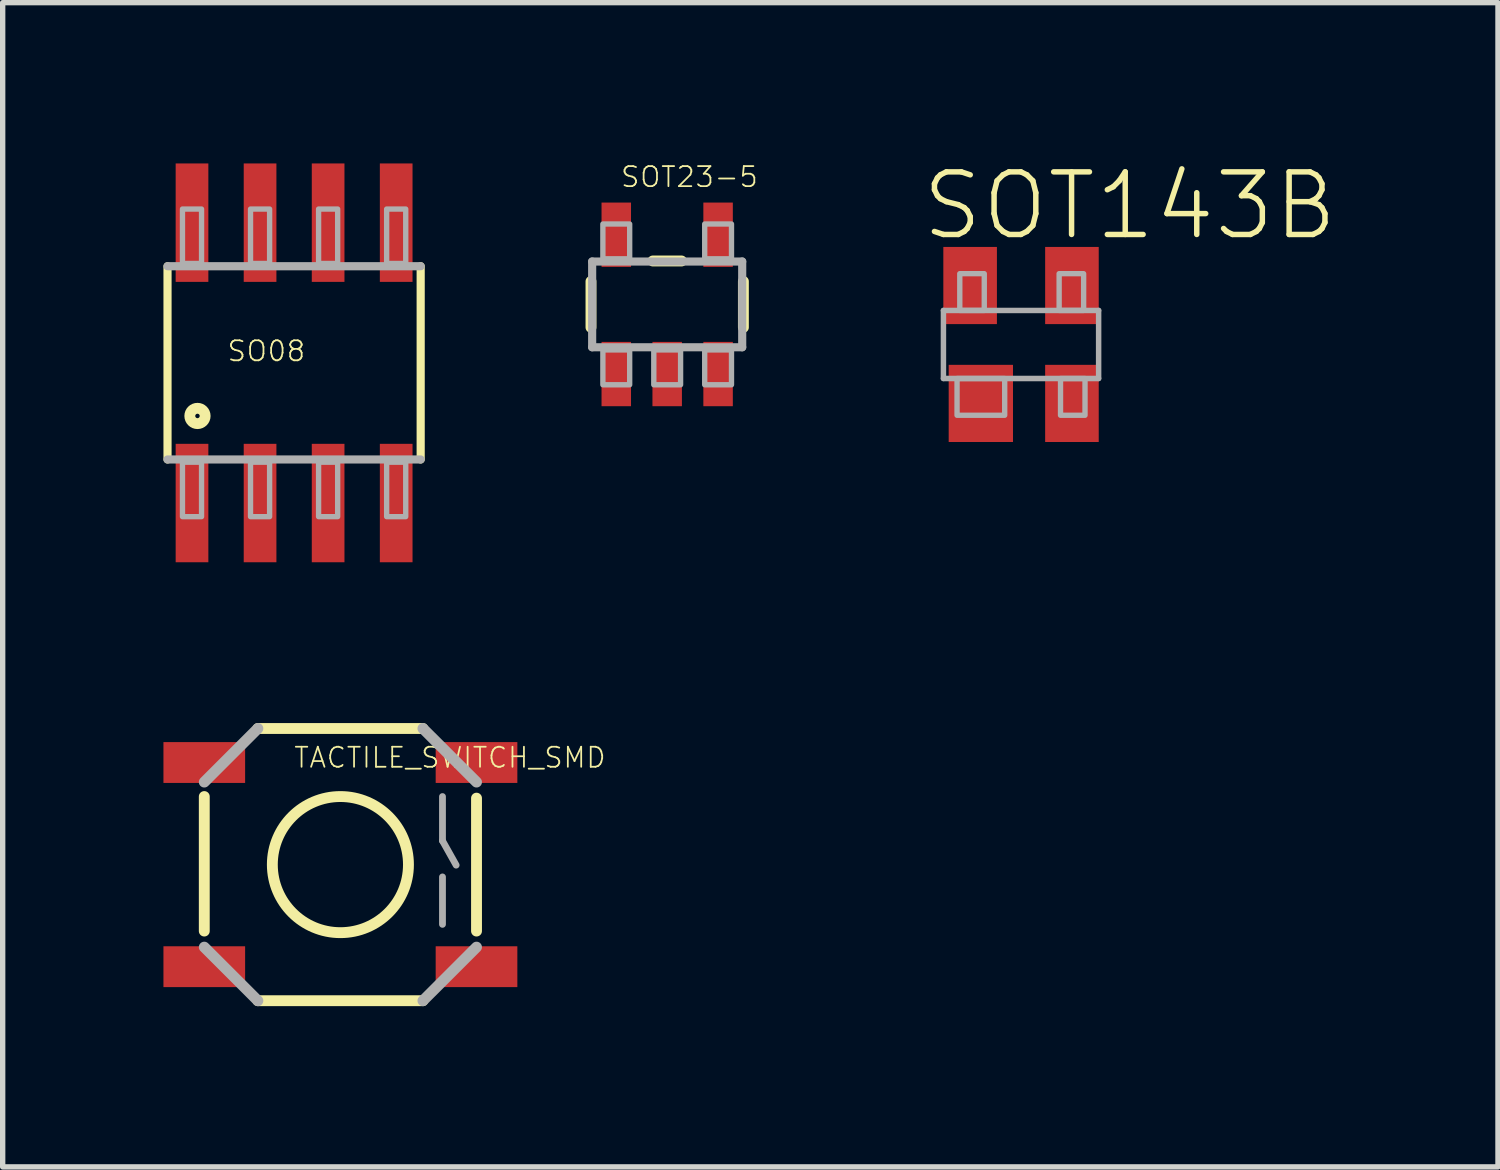
<source format=kicad_pcb>
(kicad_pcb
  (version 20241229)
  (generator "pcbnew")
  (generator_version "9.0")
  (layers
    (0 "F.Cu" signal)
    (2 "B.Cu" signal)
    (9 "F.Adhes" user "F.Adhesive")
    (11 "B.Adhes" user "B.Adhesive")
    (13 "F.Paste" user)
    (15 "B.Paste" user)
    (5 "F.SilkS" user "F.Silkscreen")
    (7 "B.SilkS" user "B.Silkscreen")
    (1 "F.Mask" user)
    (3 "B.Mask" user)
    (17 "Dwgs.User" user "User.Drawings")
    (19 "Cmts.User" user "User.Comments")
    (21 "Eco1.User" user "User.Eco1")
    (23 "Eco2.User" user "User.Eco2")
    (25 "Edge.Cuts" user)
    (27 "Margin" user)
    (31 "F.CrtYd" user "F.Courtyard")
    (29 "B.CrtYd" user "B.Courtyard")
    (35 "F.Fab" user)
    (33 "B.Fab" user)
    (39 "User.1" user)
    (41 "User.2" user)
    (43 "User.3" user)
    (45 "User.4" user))
  (footprint "SO08"
    (layer "F.Cu")
    (at 2.438 3.721)
    (property "Reference" "SO08" (at -1.27 0 0) (layer "F.SilkS") (effects (font (size 0.374 0.374) (thickness 0.033)) (justify left bottom)))
    (fp_line (start -2.362 -1.803) (end -2.362 1.803) (stroke (width 0.152) (type solid)) (layer "F.SilkS"))
    (fp_line (start 2.362 1.803) (end 2.362 -1.803) (stroke (width 0.152) (type solid)) (layer "F.SilkS"))
    (fp_circle (center -1.803 0.991) (end -1.66 0.991) (stroke (width 0.203) (type solid)) (fill no) (layer "F.SilkS"))
    (fp_line (start -2.362 1.803) (end 2.362 1.803) (stroke (width 0.152) (type solid)) (layer "F.Fab"))
    (fp_line (start 2.362 -1.803) (end -2.362 -1.803) (stroke (width 0.152) (type solid)) (layer "F.Fab"))
    (fp_poly (pts (xy -2.083 -1.854) (xy -1.727 -1.854) (xy -1.727 -2.87) (xy -2.083 -2.87)) (stroke (width 0.1) (type default)) (fill no) (layer "F.Fab"))
    (fp_poly (pts (xy -2.083 2.87) (xy -1.727 2.87) (xy -1.727 1.854) (xy -2.083 1.854)) (stroke (width 0.1) (type default)) (fill no) (layer "F.Fab"))
    (fp_poly (pts (xy -0.813 -1.854) (xy -0.457 -1.854) (xy -0.457 -2.87) (xy -0.813 -2.87)) (stroke (width 0.1) (type default)) (fill no) (layer "F.Fab"))
    (fp_poly (pts (xy -0.813 2.87) (xy -0.457 2.87) (xy -0.457 1.854) (xy -0.813 1.854)) (stroke (width 0.1) (type default)) (fill no) (layer "F.Fab"))
    (fp_poly (pts (xy 0.457 -1.854) (xy 0.813 -1.854) (xy 0.813 -2.87) (xy 0.457 -2.87)) (stroke (width 0.1) (type default)) (fill no) (layer "F.Fab"))
    (fp_poly (pts (xy 0.457 2.87) (xy 0.813 2.87) (xy 0.813 1.854) (xy 0.457 1.854)) (stroke (width 0.1) (type default)) (fill no) (layer "F.Fab"))
    (fp_poly (pts (xy 1.727 -1.854) (xy 2.083 -1.854) (xy 2.083 -2.87) (xy 1.727 -2.87)) (stroke (width 0.1) (type default)) (fill no) (layer "F.Fab"))
    (fp_poly (pts (xy 1.727 2.87) (xy 2.083 2.87) (xy 2.083 1.854) (xy 1.727 1.854)) (stroke (width 0.1) (type default)) (fill no) (layer "F.Fab"))
    (pad "1" smd rect (at -1.905 2.616) (size 0.61 2.21) (layers "F.Cu" "F.Mask" "F.Paste"))
    (pad "2" smd rect (at -0.635 2.616) (size 0.61 2.21) (layers "F.Cu" "F.Mask" "F.Paste"))
    (pad "3" smd rect (at 0.635 2.616) (size 0.61 2.21) (layers "F.Cu" "F.Mask" "F.Paste"))
    (pad "4" smd rect (at 1.905 2.616) (size 0.61 2.21) (layers "F.Cu" "F.Mask" "F.Paste"))
    (pad "5" smd rect (at 1.905 -2.616) (size 0.61 2.21) (layers "F.Cu" "F.Mask" "F.Paste"))
    (pad "6" smd rect (at 0.635 -2.616) (size 0.61 2.21) (layers "F.Cu" "F.Mask" "F.Paste"))
    (pad "7" smd rect (at -0.635 -2.616) (size 0.61 2.21) (layers "F.Cu" "F.Mask" "F.Paste"))
    (pad "8" smd rect (at -1.905 -2.616) (size 0.61 2.21) (layers "F.Cu" "F.Mask" "F.Paste")))
  (footprint "SOT143B"
    (layer "F.Cu")
    (at 16.003 3.378)
    (property "Reference" "SOT143B" (at -1.905 -1.905 0) (layer "F.SilkS") (effects (font (size 1.168 1.168) (thickness 0.102)) (justify left bottom)))
    (fp_line (start -1.448 -0.635) (end 1.448 -0.635) (stroke (width 0.102) (type solid)) (layer "F.Fab"))
    (fp_line (start -1.448 0.635) (end -1.448 -0.635) (stroke (width 0.102) (type solid)) (layer "F.Fab"))
    (fp_line (start -1.448 0.635) (end 1.448 0.635) (stroke (width 0.102) (type solid)) (layer "F.Fab"))
    (fp_line (start 1.448 0.635) (end 1.448 -0.635) (stroke (width 0.102) (type solid)) (layer "F.Fab"))
    (fp_poly (pts (xy -1.194 1.321) (xy -0.305 1.321) (xy -0.305 0.635) (xy -1.194 0.635)) (stroke (width 0.1) (type default)) (fill no) (layer "F.Fab"))
    (fp_poly (pts (xy -1.143 -0.635) (xy -0.686 -0.635) (xy -0.686 -1.321) (xy -1.143 -1.321)) (stroke (width 0.1) (type default)) (fill no) (layer "F.Fab"))
    (fp_poly (pts (xy 0.711 -0.635) (xy 1.168 -0.635) (xy 1.168 -1.321) (xy 0.711 -1.321)) (stroke (width 0.1) (type default)) (fill no) (layer "F.Fab"))
    (fp_poly (pts (xy 0.737 1.321) (xy 1.194 1.321) (xy 1.194 0.635) (xy 0.737 0.635)) (stroke (width 0.1) (type default)) (fill no) (layer "F.Fab"))
    (pad "1" smd rect (at -0.75 1.1) (size 1.2 1.44) (layers "F.Cu" "F.Mask" "F.Paste"))
    (pad "2" smd rect (at 0.95 1.1) (size 1 1.44) (layers "F.Cu" "F.Mask" "F.Paste"))
    (pad "3" smd rect (at 0.95 -1.1) (size 1 1.44) (layers "F.Cu" "F.Mask" "F.Paste"))
    (pad "4" smd rect (at -0.95 -1.1) (size 1 1.44) (layers "F.Cu" "F.Mask" "F.Paste")))
  (footprint "TACTILE_SWITCH_SMD"
    (layer "F.Cu")
    (at 3.302 13.084)
    (property "Reference" "TACTILE_SWITCH_SMD" (at -0.889 -1.778 0) (layer "F.SilkS") (effects (font (size 0.374 0.374) (thickness 0.033)) (justify left bottom)))
    (fp_line (start -2.54 1.24) (end -2.54 -1.27) (stroke (width 0.203) (type solid)) (layer "F.SilkS"))
    (fp_line (start -1.54 -2.54) (end 1.54 -2.54) (stroke (width 0.203) (type solid)) (layer "F.SilkS"))
    (fp_line (start 1.54 2.54) (end -1.54 2.54) (stroke (width 0.203) (type solid)) (layer "F.SilkS"))
    (fp_line (start 2.54 -1.24) (end 2.54 1.24) (stroke (width 0.203) (type solid)) (layer "F.SilkS"))
    (fp_circle (center 0 0) (end 1.27 0) (stroke (width 0.203) (type solid)) (fill no) (layer "F.SilkS"))
    (fp_line (start -2.54 -1.54) (end -1.54 -2.54) (stroke (width 0.203) (type solid)) (layer "F.Fab"))
    (fp_line (start -1.54 2.54) (end -2.54 1.54) (stroke (width 0.203) (type solid)) (layer "F.Fab"))
    (fp_line (start 1.54 -2.54) (end 2.54 -1.54) (stroke (width 0.203) (type solid)) (layer "F.Fab"))
    (fp_line (start 1.905 -1.27) (end 1.905 -0.445) (stroke (width 0.127) (type solid)) (layer "F.Fab"))
    (fp_line (start 1.905 -0.445) (end 2.16 0.01) (stroke (width 0.127) (type solid)) (layer "F.Fab"))
    (fp_line (start 1.905 0.23) (end 1.905 1.115) (stroke (width 0.127) (type solid)) (layer "F.Fab"))
    (fp_line (start 2.54 1.54) (end 1.54 2.54) (stroke (width 0.203) (type solid)) (layer "F.Fab"))
    (pad "1" smd rect (at -2.54 -1.905 90) (size 0.762 1.524) (layers "F.Cu" "F.Mask" "F.Paste"))
    (pad "2" smd rect (at 2.54 -1.905 90) (size 0.762 1.524) (layers "F.Cu" "F.Mask" "F.Paste"))
    (pad "3" smd rect (at -2.54 1.905 90) (size 0.762 1.524) (layers "F.Cu" "F.Mask" "F.Paste"))
    (pad "4" smd rect (at 2.54 1.905 90) (size 0.762 1.524) (layers "F.Cu" "F.Mask" "F.Paste")))
  (footprint "SOT23-5"
    (layer "F.Cu")
    (at 9.4 2.63)
    (property "Reference" "SOT23-5" (at -0.889 -2.159 0) (layer "F.SilkS") (effects (font (size 0.374 0.374) (thickness 0.033)) (justify left bottom)))
    (fp_line (start -1.422 0.429) (end -1.422 -0.429) (stroke (width 0.203) (type solid)) (layer "F.SilkS"))
    (fp_line (start -0.268 -0.81) (end 0.268 -0.81) (stroke (width 0.203) (type solid)) (layer "F.SilkS"))
    (fp_line (start 1.422 -0.429) (end 1.422 0.429) (stroke (width 0.203) (type solid)) (layer "F.SilkS"))
    (fp_line (start -1.4 -0.8) (end -1.4 0.8) (stroke (width 0.152) (type solid)) (layer "F.Fab"))
    (fp_line (start -1.4 -0.8) (end 1.4 -0.8) (stroke (width 0.152) (type solid)) (layer "F.Fab"))
    (fp_line (start 1.4 -0.8) (end 1.4 0.8) (stroke (width 0.152) (type solid)) (layer "F.Fab"))
    (fp_line (start 1.4 0.8) (end -1.4 0.8) (stroke (width 0.152) (type solid)) (layer "F.Fab"))
    (fp_poly (pts (xy -1.2 -0.85) (xy -0.7 -0.85) (xy -0.7 -1.5) (xy -1.2 -1.5)) (stroke (width 0.1) (type default)) (fill no) (layer "F.Fab"))
    (fp_poly (pts (xy -1.2 1.5) (xy -0.7 1.5) (xy -0.7 0.85) (xy -1.2 0.85)) (stroke (width 0.1) (type default)) (fill no) (layer "F.Fab"))
    (fp_poly (pts (xy -0.25 1.5) (xy 0.25 1.5) (xy 0.25 0.85) (xy -0.25 0.85)) (stroke (width 0.1) (type default)) (fill no) (layer "F.Fab"))
    (fp_poly (pts (xy 0.7 -0.85) (xy 1.2 -0.85) (xy 1.2 -1.5) (xy 0.7 -1.5)) (stroke (width 0.1) (type default)) (fill no) (layer "F.Fab"))
    (fp_poly (pts (xy 0.7 1.5) (xy 1.2 1.5) (xy 1.2 0.85) (xy 0.7 0.85)) (stroke (width 0.1) (type default)) (fill no) (layer "F.Fab"))
    (pad "1" smd rect (at -0.95 1.3) (size 0.55 1.2) (layers "F.Cu" "F.Mask" "F.Paste"))
    (pad "2" smd rect (at 0 1.3) (size 0.55 1.2) (layers "F.Cu" "F.Mask" "F.Paste"))
    (pad "3" smd rect (at 0.95 1.3) (size 0.55 1.2) (layers "F.Cu" "F.Mask" "F.Paste"))
    (pad "4" smd rect (at 0.95 -1.3) (size 0.55 1.2) (layers "F.Cu" "F.Mask" "F.Paste"))
    (pad "5" smd rect (at -0.95 -1.3) (size 0.55 1.2) (layers "F.Cu" "F.Mask" "F.Paste")))
  (gr_rect
    (start -3 -3)
    (end 24.903 18.725)
    (stroke (width 0.1) (type default))
    (fill no)
    (layer "Edge.Cuts")))
</source>
